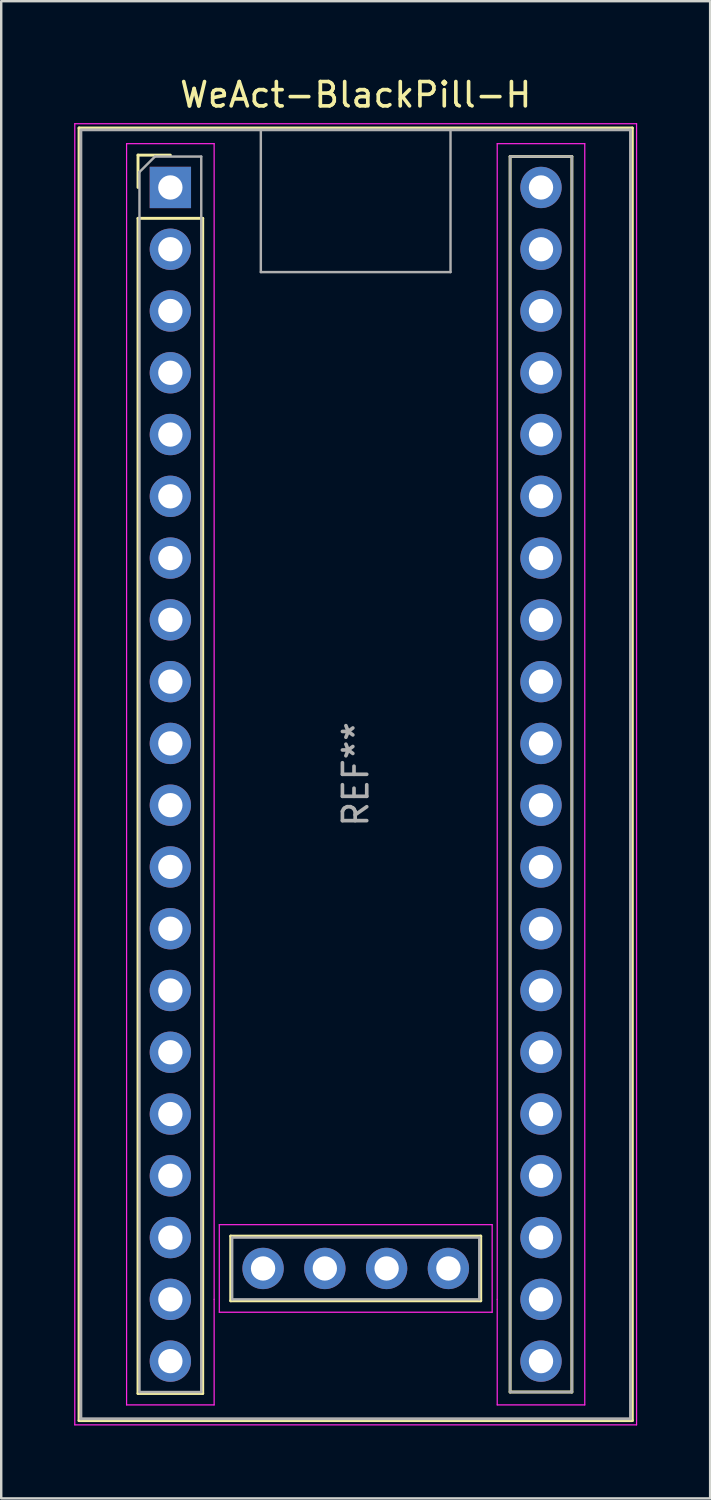
<source format=kicad_pcb>
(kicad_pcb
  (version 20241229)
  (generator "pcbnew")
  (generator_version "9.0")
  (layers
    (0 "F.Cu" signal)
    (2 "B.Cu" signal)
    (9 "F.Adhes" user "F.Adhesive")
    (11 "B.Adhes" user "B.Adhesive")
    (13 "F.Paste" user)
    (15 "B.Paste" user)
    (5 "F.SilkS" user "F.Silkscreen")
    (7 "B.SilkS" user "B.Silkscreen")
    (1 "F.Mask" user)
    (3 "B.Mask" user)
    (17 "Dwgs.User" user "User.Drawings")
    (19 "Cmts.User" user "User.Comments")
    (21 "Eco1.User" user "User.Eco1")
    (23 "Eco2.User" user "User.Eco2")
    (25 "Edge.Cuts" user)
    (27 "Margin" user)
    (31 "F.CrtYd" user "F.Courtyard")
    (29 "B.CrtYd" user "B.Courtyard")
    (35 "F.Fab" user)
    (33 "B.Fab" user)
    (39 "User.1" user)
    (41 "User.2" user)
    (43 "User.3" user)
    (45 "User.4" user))
  (footprint "WeAct-BlackPill-H"
    (layer "F.Cu")
    (at 3.955 4.658)
    (property "Reference" "WeAct-BlackPill-H" (at 7.62 -3.81 0) (layer "F.SilkS") (effects (font (size 1 1) (thickness 0.15))))
    (attr through_hole)
    (fp_line (start -3.755 -2.445) (end 18.995 -2.445) (stroke (width 0.12) (type solid)) (layer "F.SilkS"))
    (fp_line (start -3.755 50.705) (end -3.755 -2.445) (stroke (width 0.12) (type solid)) (layer "F.SilkS"))
    (fp_line (start -1.33 -1.33) (end 0 -1.33) (stroke (width 0.12) (type solid)) (layer "F.SilkS"))
    (fp_line (start -1.33 0) (end -1.33 -1.33) (stroke (width 0.12) (type solid)) (layer "F.SilkS"))
    (fp_line (start -1.33 1.27) (end 1.33 1.27) (stroke (width 0.12) (type solid)) (layer "F.SilkS"))
    (fp_line (start -1.33 49.59) (end -1.33 1.27) (stroke (width 0.12) (type solid)) (layer "F.SilkS"))
    (fp_line (start 1.33 1.27) (end 1.33 49.59) (stroke (width 0.12) (type solid)) (layer "F.SilkS"))
    (fp_line (start 1.33 49.59) (end -1.33 49.59) (stroke (width 0.12) (type solid)) (layer "F.SilkS"))
    (fp_line (start 2.482 43.119) (end 2.482 45.779) (stroke (width 0.12) (type solid)) (layer "F.SilkS"))
    (fp_line (start 2.482 45.779) (end 12.762 45.779) (stroke (width 0.12) (type solid)) (layer "F.SilkS"))
    (fp_line (start 12.762 43.119) (end 2.482 43.119) (stroke (width 0.12) (type solid)) (layer "F.SilkS"))
    (fp_line (start 12.762 45.779) (end 12.762 43.119) (stroke (width 0.12) (type solid)) (layer "F.SilkS"))
    (fp_line (start 13.97 -1.27) (end 16.51 -1.27) (stroke (width 0.12) (type solid)) (layer "F.SilkS"))
    (fp_line (start 13.97 49.53) (end 13.97 -1.27) (stroke (width 0.12) (type solid)) (layer "F.SilkS"))
    (fp_line (start 16.51 -1.27) (end 16.51 49.53) (stroke (width 0.12) (type solid)) (layer "F.SilkS"))
    (fp_line (start 16.51 49.53) (end 13.97 49.53) (stroke (width 0.12) (type solid)) (layer "F.SilkS"))
    (fp_line (start 18.995 -2.445) (end 18.995 50.705) (stroke (width 0.12) (type solid)) (layer "F.SilkS"))
    (fp_line (start 18.995 50.705) (end -3.755 50.705) (stroke (width 0.12) (type solid)) (layer "F.SilkS"))
    (fp_line (start -3.93 -2.62) (end 19.17 -2.62) (stroke (width 0.05) (type solid)) (layer "F.CrtYd"))
    (fp_line (start -3.93 50.88) (end -3.93 -2.62) (stroke (width 0.05) (type solid)) (layer "F.CrtYd"))
    (fp_line (start -1.8 -1.8) (end -1.8 50.06) (stroke (width 0.05) (type solid)) (layer "F.CrtYd"))
    (fp_line (start -1.8 50.06) (end 1.8 50.06) (stroke (width 0.05) (type solid)) (layer "F.CrtYd"))
    (fp_line (start 1.8 -1.8) (end -1.8 -1.8) (stroke (width 0.05) (type solid)) (layer "F.CrtYd"))
    (fp_line (start 1.8 -1.8) (end 1.8 45.72) (stroke (width 0.05) (type solid)) (layer "F.CrtYd"))
    (fp_line (start 1.8 45.72) (end 1.8 50.06) (stroke (width 0.05) (type solid)) (layer "F.CrtYd"))
    (fp_line (start 2.012 46.249) (end 2.012 42.649) (stroke (width 0.05) (type solid)) (layer "F.CrtYd"))
    (fp_line (start 13.232 42.649) (end 2.012 42.649) (stroke (width 0.05) (type solid)) (layer "F.CrtYd"))
    (fp_line (start 13.232 42.649) (end 13.232 46.249) (stroke (width 0.05) (type solid)) (layer "F.CrtYd"))
    (fp_line (start 13.232 46.249) (end 2.012 46.249) (stroke (width 0.05) (type solid)) (layer "F.CrtYd"))
    (fp_line (start 13.44 -1.8) (end 13.44 45.72) (stroke (width 0.05) (type solid)) (layer "F.CrtYd"))
    (fp_line (start 13.44 -1.8) (end 17.04 -1.8) (stroke (width 0.05) (type solid)) (layer "F.CrtYd"))
    (fp_line (start 13.44 45.72) (end 13.44 50.06) (stroke (width 0.05) (type solid)) (layer "F.CrtYd"))
    (fp_line (start 17.04 -1.8) (end 17.04 50.06) (stroke (width 0.05) (type solid)) (layer "F.CrtYd"))
    (fp_line (start 17.04 50.06) (end 13.44 50.06) (stroke (width 0.05) (type solid)) (layer "F.CrtYd"))
    (fp_line (start 19.17 -2.62) (end 19.17 50.88) (stroke (width 0.05) (type solid)) (layer "F.CrtYd"))
    (fp_line (start 19.17 50.88) (end -3.93 50.88) (stroke (width 0.05) (type solid)) (layer "F.CrtYd"))
    (fp_line (start -3.68 -2.37) (end 18.92 -2.37) (stroke (width 0.12) (type solid)) (layer "F.Fab"))
    (fp_line (start -3.68 50.63) (end -3.68 -2.32) (stroke (width 0.12) (type solid)) (layer "F.Fab"))
    (fp_line (start -3.68 50.63) (end 18.92 50.63) (stroke (width 0.12) (type solid)) (layer "F.Fab"))
    (fp_line (start -1.27 -0.635) (end -0.635 -1.27) (stroke (width 0.1) (type solid)) (layer "F.Fab"))
    (fp_line (start -1.27 49.53) (end -1.27 -0.635) (stroke (width 0.1) (type solid)) (layer "F.Fab"))
    (fp_line (start -0.635 -1.27) (end 1.27 -1.27) (stroke (width 0.1) (type solid)) (layer "F.Fab"))
    (fp_line (start 1.27 -1.27) (end 1.27 49.53) (stroke (width 0.1) (type solid)) (layer "F.Fab"))
    (fp_line (start 1.27 49.53) (end -1.27 49.53) (stroke (width 0.1) (type solid)) (layer "F.Fab"))
    (fp_line (start 2.542 43.179) (end 12.702 43.179) (stroke (width 0.1) (type solid)) (layer "F.Fab"))
    (fp_line (start 2.542 45.719) (end 2.542 43.179) (stroke (width 0.1) (type solid)) (layer "F.Fab"))
    (fp_line (start 3.72 3.48) (end 3.72 -2.32) (stroke (width 0.1) (type solid)) (layer "F.Fab"))
    (fp_line (start 3.72 3.48) (end 11.52 3.48) (stroke (width 0.1) (type solid)) (layer "F.Fab"))
    (fp_line (start 11.52 3.48) (end 11.52 -2.32) (stroke (width 0.1) (type solid)) (layer "F.Fab"))
    (fp_line (start 12.702 43.179) (end 12.702 45.719) (stroke (width 0.1) (type solid)) (layer "F.Fab"))
    (fp_line (start 12.702 45.719) (end 2.542 45.719) (stroke (width 0.1) (type solid)) (layer "F.Fab"))
    (fp_line (start 13.97 -1.27) (end 16.51 -1.27) (stroke (width 0.1) (type solid)) (layer "F.Fab"))
    (fp_line (start 13.97 49.53) (end 13.97 -1.27) (stroke (width 0.1) (type solid)) (layer "F.Fab"))
    (fp_line (start 16.51 -1.27) (end 16.51 49.53) (stroke (width 0.1) (type solid)) (layer "F.Fab"))
    (fp_line (start 16.51 49.53) (end 13.97 49.53) (stroke (width 0.1) (type solid)) (layer "F.Fab"))
    (fp_line (start 18.92 -2.37) (end 18.92 50.63) (stroke (width 0.12) (type solid)) (layer "F.Fab"))
    (fp_text user "REF**" (at 7.62 24.13 90) (layer "F.Fab") (effects (font (size 1 1) (thickness 0.15))))
    (pad "1" thru_hole rect (at 0 0) (size 1.7 1.7) (drill 1) (layers "*.Cu" "*.Mask"))
    (pad "2" thru_hole circle (at 0 2.54) (size 1.7 1.7) (drill 1) (layers "*.Cu" "*.Mask"))
    (pad "3" thru_hole circle (at 0 5.08) (size 1.7 1.7) (drill 1) (layers "*.Cu" "*.Mask"))
    (pad "4" thru_hole circle (at 0 7.62) (size 1.7 1.7) (drill 1) (layers "*.Cu" "*.Mask"))
    (pad "5" thru_hole circle (at 0 10.16) (size 1.7 1.7) (drill 1) (layers "*.Cu" "*.Mask"))
    (pad "6" thru_hole circle (at 0 12.7) (size 1.7 1.7) (drill 1) (layers "*.Cu" "*.Mask"))
    (pad "7" thru_hole circle (at 0 15.24) (size 1.7 1.7) (drill 1) (layers "*.Cu" "*.Mask"))
    (pad "8" thru_hole circle (at 0 17.78) (size 1.7 1.7) (drill 1) (layers "*.Cu" "*.Mask"))
    (pad "9" thru_hole circle (at 0 20.32) (size 1.7 1.7) (drill 1) (layers "*.Cu" "*.Mask"))
    (pad "10" thru_hole circle (at 0 22.86) (size 1.7 1.7) (drill 1) (layers "*.Cu" "*.Mask"))
    (pad "11" thru_hole circle (at 0 25.4) (size 1.7 1.7) (drill 1) (layers "*.Cu" "*.Mask"))
    (pad "12" thru_hole circle (at 0 27.94) (size 1.7 1.7) (drill 1) (layers "*.Cu" "*.Mask"))
    (pad "13" thru_hole circle (at 0 30.48) (size 1.7 1.7) (drill 1) (layers "*.Cu" "*.Mask"))
    (pad "14" thru_hole circle (at 0 33.02) (size 1.7 1.7) (drill 1) (layers "*.Cu" "*.Mask"))
    (pad "15" thru_hole circle (at 0 35.56) (size 1.7 1.7) (drill 1) (layers "*.Cu" "*.Mask"))
    (pad "16" thru_hole circle (at 0 38.1) (size 1.7 1.7) (drill 1) (layers "*.Cu" "*.Mask"))
    (pad "17" thru_hole circle (at 0 40.64) (size 1.7 1.7) (drill 1) (layers "*.Cu" "*.Mask"))
    (pad "18" thru_hole circle (at 0 43.18) (size 1.7 1.7) (drill 1) (layers "*.Cu" "*.Mask"))
    (pad "19" thru_hole circle (at 0 45.72) (size 1.7 1.7) (drill 1) (layers "*.Cu" "*.Mask"))
    (pad "20" thru_hole circle (at 0 48.26) (size 1.7 1.7) (drill 1) (layers "*.Cu" "*.Mask"))
    (pad "21" thru_hole circle (at 15.24 48.26) (size 1.7 1.7) (drill 1) (layers "*.Cu" "*.Mask"))
    (pad "22" thru_hole circle (at 15.24 45.72) (size 1.7 1.7) (drill 1) (layers "*.Cu" "*.Mask"))
    (pad "23" thru_hole circle (at 15.24 43.18) (size 1.7 1.7) (drill 1) (layers "*.Cu" "*.Mask"))
    (pad "24" thru_hole circle (at 15.24 40.64) (size 1.7 1.7) (drill 1) (layers "*.Cu" "*.Mask"))
    (pad "25" thru_hole circle (at 15.24 38.1) (size 1.7 1.7) (drill 1) (layers "*.Cu" "*.Mask"))
    (pad "26" thru_hole circle (at 15.24 35.56) (size 1.7 1.7) (drill 1) (layers "*.Cu" "*.Mask"))
    (pad "27" thru_hole circle (at 15.24 33.02) (size 1.7 1.7) (drill 1) (layers "*.Cu" "*.Mask"))
    (pad "28" thru_hole circle (at 15.24 30.48) (size 1.7 1.7) (drill 1) (layers "*.Cu" "*.Mask"))
    (pad "29" thru_hole circle (at 15.24 27.94) (size 1.7 1.7) (drill 1) (layers "*.Cu" "*.Mask"))
    (pad "30" thru_hole circle (at 15.24 25.4) (size 1.7 1.7) (drill 1) (layers "*.Cu" "*.Mask"))
    (pad "31" thru_hole circle (at 15.24 22.86) (size 1.7 1.7) (drill 1) (layers "*.Cu" "*.Mask"))
    (pad "32" thru_hole circle (at 15.24 20.32) (size 1.7 1.7) (drill 1) (layers "*.Cu" "*.Mask"))
    (pad "33" thru_hole circle (at 15.24 17.78) (size 1.7 1.7) (drill 1) (layers "*.Cu" "*.Mask"))
    (pad "34" thru_hole circle (at 15.24 15.24) (size 1.7 1.7) (drill 1) (layers "*.Cu" "*.Mask"))
    (pad "35" thru_hole circle (at 15.24 12.7) (size 1.7 1.7) (drill 1) (layers "*.Cu" "*.Mask"))
    (pad "36" thru_hole circle (at 15.24 10.16) (size 1.7 1.7) (drill 1) (layers "*.Cu" "*.Mask"))
    (pad "37" thru_hole circle (at 15.24 7.62) (size 1.7 1.7) (drill 1) (layers "*.Cu" "*.Mask"))
    (pad "38" thru_hole circle (at 15.24 5.08) (size 1.7 1.7) (drill 1) (layers "*.Cu" "*.Mask"))
    (pad "39" thru_hole circle (at 15.24 2.54) (size 1.7 1.7) (drill 1) (layers "*.Cu" "*.Mask"))
    (pad "40" thru_hole circle (at 15.24 0) (size 1.7 1.7) (drill 1) (layers "*.Cu" "*.Mask"))
    (pad "41" thru_hole circle (at 11.432 44.449) (size 1.7 1.7) (drill 1) (layers "*.Cu" "*.Mask"))
    (pad "42" thru_hole circle (at 8.892 44.449) (size 1.7 1.7) (drill 1) (layers "*.Cu" "*.Mask"))
    (pad "43" thru_hole circle (at 6.352 44.449) (size 1.7 1.7) (drill 1) (layers "*.Cu" "*.Mask"))
    (pad "44" thru_hole circle (at 3.812 44.449) (size 1.7 1.7) (drill 1) (layers "*.Cu" "*.Mask")))
  (gr_rect
    (start -3 -3)
    (end 26.15 58.563)
    (stroke (width 0.1) (type default))
    (fill no)
    (layer "Edge.Cuts")))
</source>
